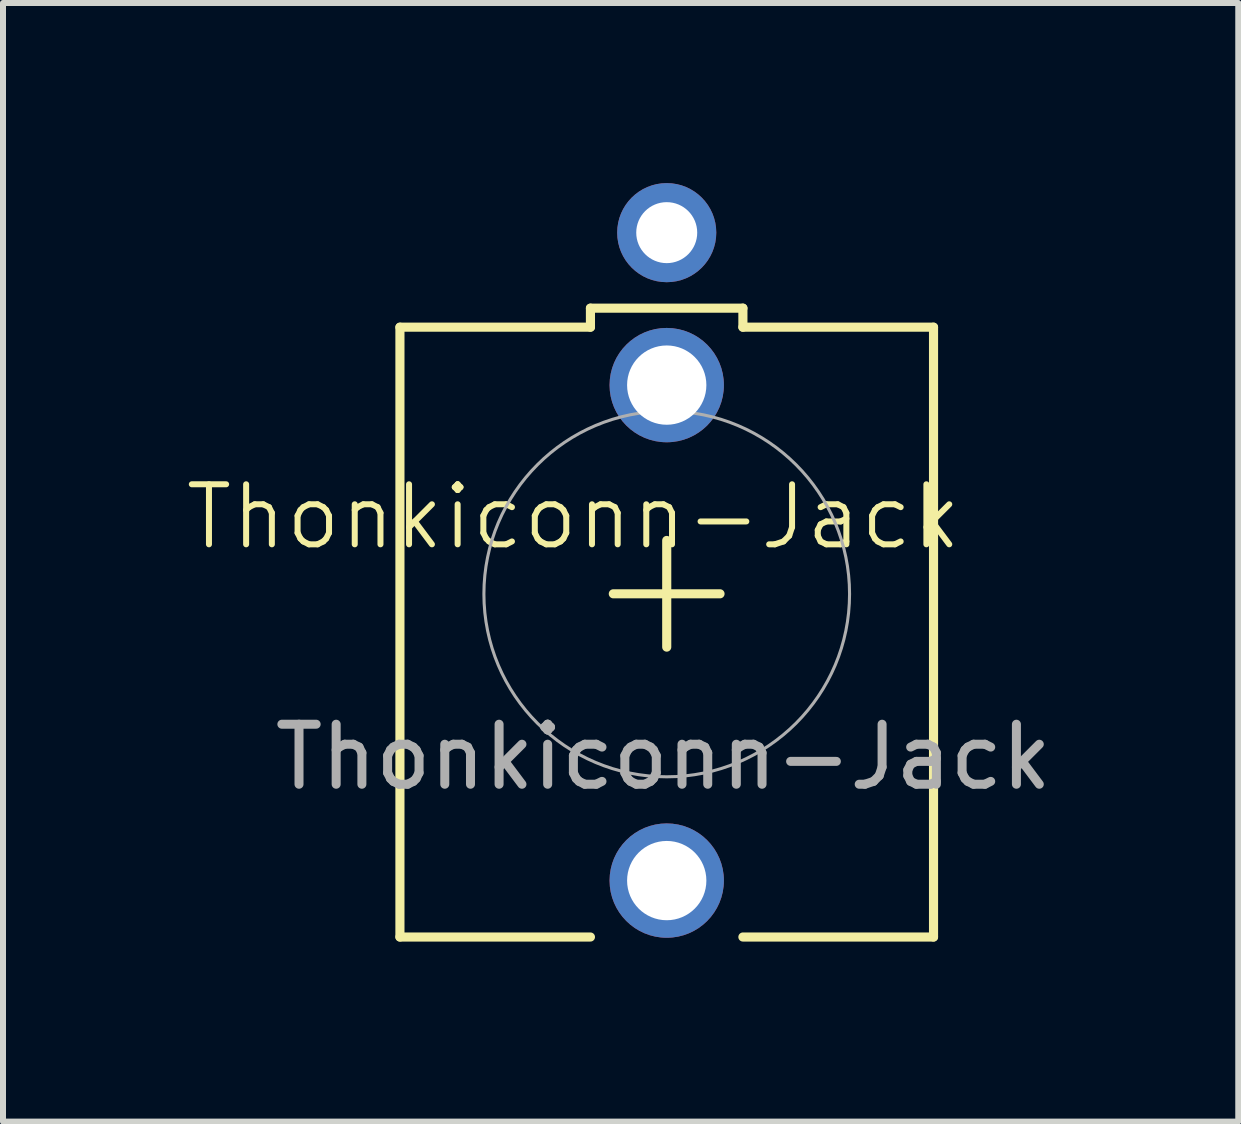
<source format=kicad_pcb>
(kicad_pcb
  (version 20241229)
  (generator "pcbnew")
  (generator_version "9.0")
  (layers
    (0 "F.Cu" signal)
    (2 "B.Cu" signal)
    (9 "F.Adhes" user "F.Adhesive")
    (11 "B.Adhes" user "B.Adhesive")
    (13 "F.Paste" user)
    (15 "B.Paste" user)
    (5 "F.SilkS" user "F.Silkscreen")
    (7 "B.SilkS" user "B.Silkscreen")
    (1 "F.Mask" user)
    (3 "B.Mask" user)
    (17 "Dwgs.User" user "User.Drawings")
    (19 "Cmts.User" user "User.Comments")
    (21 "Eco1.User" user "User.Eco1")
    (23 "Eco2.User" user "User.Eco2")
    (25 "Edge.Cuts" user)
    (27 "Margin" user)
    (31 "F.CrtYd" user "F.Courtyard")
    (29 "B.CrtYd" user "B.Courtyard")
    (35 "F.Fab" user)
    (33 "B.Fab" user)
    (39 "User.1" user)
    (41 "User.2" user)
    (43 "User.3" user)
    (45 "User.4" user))
  (footprint "Thonkiconn-Jack"
    (layer "F.Cu")
    (at 8.057 6.843)
    (property "Reference" "Thonkiconn-Jack" (at -1.554 -1.282 0) (unlocked yes) (layer "F.SilkS") (effects (font (size 1 1) (thickness 0.1))))
    (attr through_hole)
    (fp_line (start -4.444 -4.442) (end -4.444 5.718) (stroke (width 0.152) (type solid)) (layer "F.SilkS"))
    (fp_line (start -1.27 -4.759) (end 1.27 -4.759) (stroke (width 0.152) (type solid)) (layer "F.SilkS"))
    (fp_line (start -1.27 -4.442) (end -4.444 -4.442) (stroke (width 0.152) (type solid)) (layer "F.SilkS"))
    (fp_line (start -1.27 -4.442) (end -1.27 -4.759) (stroke (width 0.152) (type solid)) (layer "F.SilkS"))
    (fp_line (start -1.27 5.718) (end -4.444 5.718) (stroke (width 0.152) (type solid)) (layer "F.SilkS"))
    (fp_line (start -0.889 0) (end 0.889 0) (stroke (width 0.152) (type solid)) (layer "F.SilkS"))
    (fp_line (start 0.001 0.888) (end 0.001 -0.889) (stroke (width 0.152) (type solid)) (layer "F.SilkS"))
    (fp_line (start 1.27 -4.759) (end 1.27 -4.442) (stroke (width 0.152) (type solid)) (layer "F.SilkS"))
    (fp_line (start 1.27 -4.442) (end 4.446 -4.442) (stroke (width 0.152) (type solid)) (layer "F.SilkS"))
    (fp_line (start 1.27 5.718) (end 4.446 5.718) (stroke (width 0.152) (type solid)) (layer "F.SilkS"))
    (fp_line (start 4.446 5.718) (end 4.446 -4.442) (stroke (width 0.152) (type solid)) (layer "F.SilkS"))
    (fp_circle (center 0.001 0.003) (end 3.047 0.003) (stroke (width 0.051) (type solid)) (fill no) (layer "F.Fab"))
    (fp_text user "${REFERENCE}" (at -0.054 2.718 0) (unlocked yes) (layer "F.Fab") (effects (font (size 1 1) (thickness 0.15))))
    (pad "1" thru_hole circle (at 0.001 -3.477) (size 1.905 1.905) (drill 1.321) (layers "*.Cu"))
    (pad "2" thru_hole circle (at 0.001 4.778) (size 1.905 1.905) (drill 1.321) (layers "*.Cu"))
    (pad "3" thru_hole circle (at 0.001 -6.017) (size 1.651 1.651) (drill 1.016) (layers "*.Cu" "*.Mask"))
    (zone (net_name "") (layer "F.Cu") (hatch edge 0.5) (connect_pads) (min_thickness 0.25) (filled_areas_thickness no) (keepout (tracks not_allowed) (vias not_allowed) (pads not_allowed) (copperpour not_allowed) (footprints allowed)) (placement (enabled no)) (fill) (polygon (pts (xy 9.299 6.845) (xy 9.279 6.623) (xy 9.22 6.408) (xy 9.124 6.207) (xy 8.993 6.027) (xy 8.832 5.873) (xy 8.646 5.751) (xy 8.441 5.663) (xy 8.224 5.614) (xy 8.002 5.604) (xy 7.781 5.634) (xy 7.569 5.702) (xy 7.373 5.808) (xy 7.199 5.947) (xy 7.053 6.114) (xy 6.938 6.306) (xy 6.86 6.514) (xy 6.82 6.733) (xy 6.82 6.956) (xy 6.86 7.175) (xy 6.938 7.383) (xy 7.053 7.575) (xy 7.199 7.742) (xy 7.373 7.881) (xy 7.569 7.987) (xy 7.781 8.055) (xy 8.002 8.085) (xy 8.224 8.075) (xy 8.441 8.026) (xy 8.646 7.938) (xy 8.832 7.816) (xy 8.993 7.662) (xy 9.124 7.482) (xy 9.22 7.281) (xy 9.279 7.066))) (polygon (pts (xy 9.049 6.845) (xy 9.029 6.645) (xy 8.969 6.453) (xy 8.872 6.278) (xy 8.741 6.126) (xy 8.582 6.003) (xy 8.402 5.914) (xy 8.208 5.864) (xy 8.007 5.854) (xy 7.809 5.884) (xy 7.621 5.954) (xy 7.45 6.06) (xy 7.305 6.198) (xy 7.19 6.363) (xy 7.111 6.548) (xy 7.07 6.744) (xy 7.07 6.945) (xy 7.111 7.141) (xy 7.19 7.326) (xy 7.305 7.491) (xy 7.45 7.629) (xy 7.621 7.735) (xy 7.809 7.805) (xy 8.007 7.835) (xy 8.208 7.825) (xy 8.402 7.775) (xy 8.582 7.686) (xy 8.741 7.563) (xy 8.872 7.411) (xy 8.969 7.236) (xy 9.029 7.044)))))
  (gr_rect
    (start -3 -3)
    (end 17.58 15.636)
    (stroke (width 0.1) (type default))
    (fill no)
    (layer "Edge.Cuts")))
</source>
